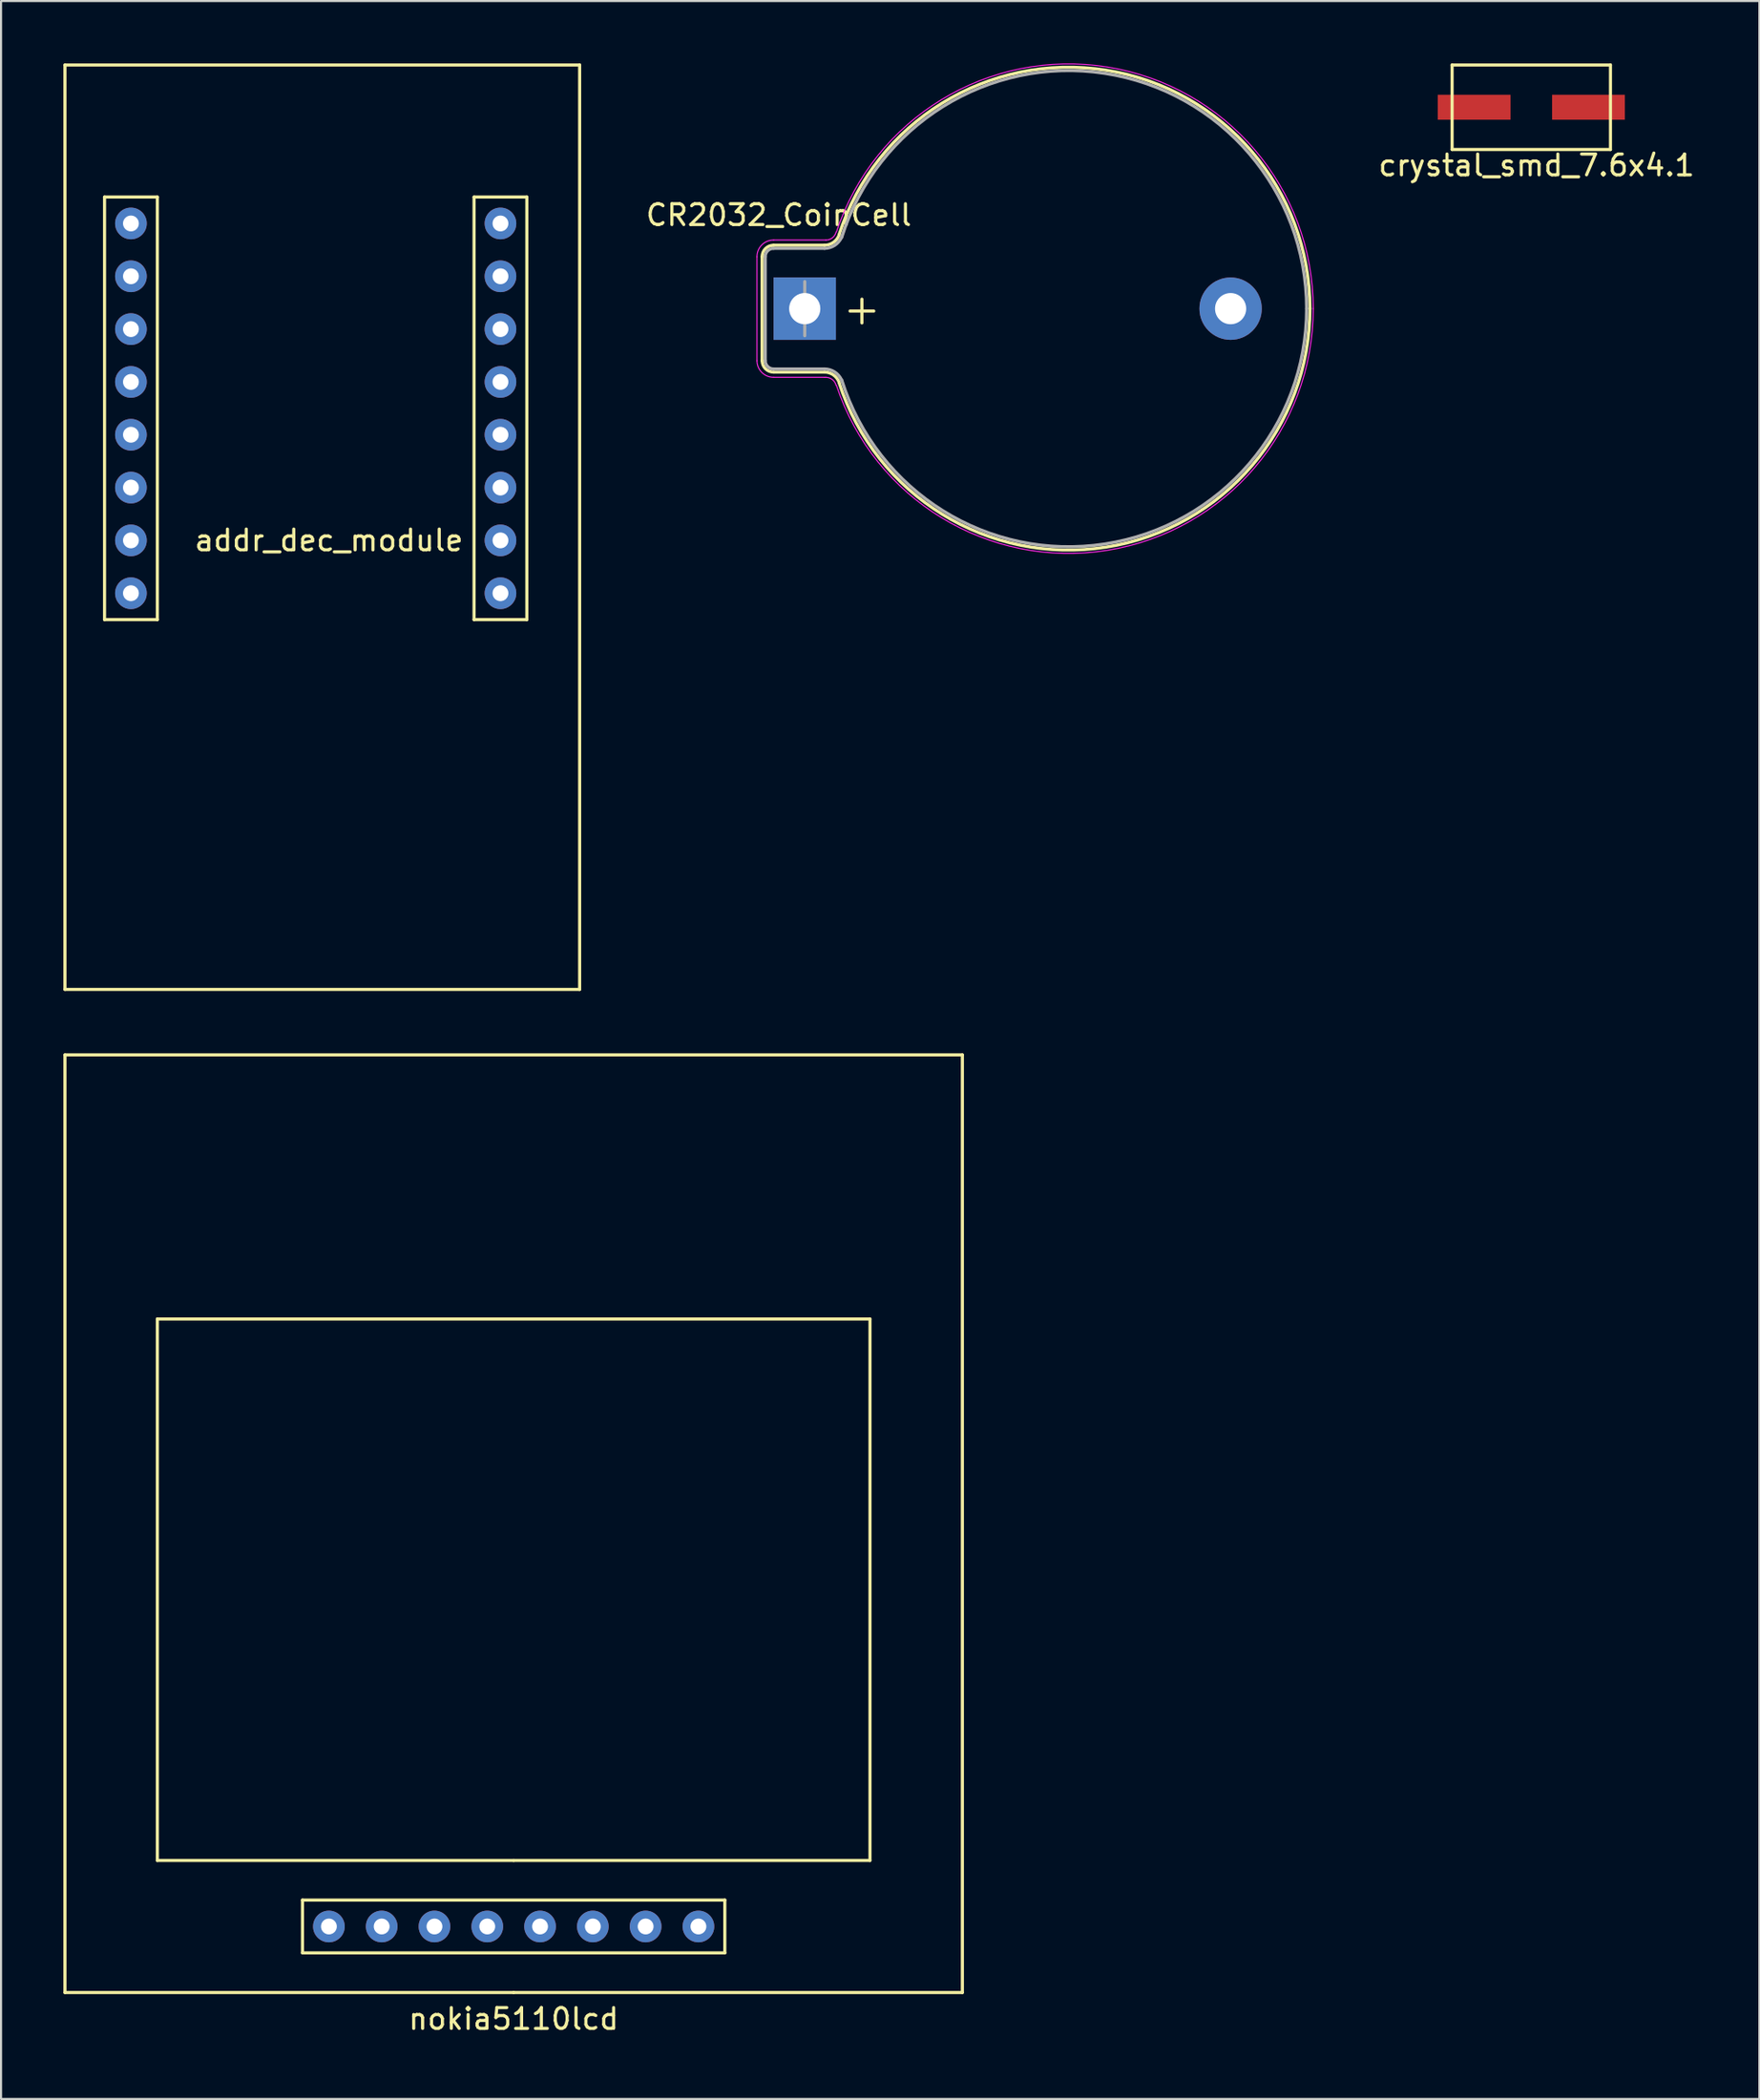
<source format=kicad_pcb>
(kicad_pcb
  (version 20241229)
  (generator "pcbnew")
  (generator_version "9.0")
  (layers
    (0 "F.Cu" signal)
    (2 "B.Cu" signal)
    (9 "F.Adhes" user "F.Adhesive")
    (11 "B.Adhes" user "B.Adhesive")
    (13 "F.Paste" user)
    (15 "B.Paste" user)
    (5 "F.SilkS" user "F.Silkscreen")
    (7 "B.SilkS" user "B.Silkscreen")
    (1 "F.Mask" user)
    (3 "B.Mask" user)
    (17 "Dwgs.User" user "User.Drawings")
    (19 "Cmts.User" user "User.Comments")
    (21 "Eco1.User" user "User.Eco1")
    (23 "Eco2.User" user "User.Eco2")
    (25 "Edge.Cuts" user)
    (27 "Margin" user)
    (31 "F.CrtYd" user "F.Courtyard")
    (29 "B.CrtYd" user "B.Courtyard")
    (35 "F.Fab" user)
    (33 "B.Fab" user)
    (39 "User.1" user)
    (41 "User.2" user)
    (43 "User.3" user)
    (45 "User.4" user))
  (footprint "CR2032_CoinCell"
    (layer "F.Cu")
    (at 35.671 11.792)
    (property "Reference" "CR2032_CoinCell" (at -1.25 -4.5 0) (layer "F.SilkS") (effects (font (size 1 1) (thickness 0.15))))
    (attr through_hole)
    (fp_line (start -2.05 -2.5) (end -2.05 2.5) (stroke (width 0.15) (type solid)) (layer "F.SilkS"))
    (fp_line (start -1.5 3.05) (end 0.95 3.05) (stroke (width 0.15) (type solid)) (layer "F.SilkS"))
    (fp_line (start 0.95 -3.05) (end -1.5 -3.05) (stroke (width 0.15) (type solid)) (layer "F.SilkS"))
    (fp_arc (start -2.05 -2.5) (mid -1.888909 -2.888909) (end -1.5 -3.05) (stroke (width 0.15) (type solid)) (layer "F.SilkS"))
    (fp_arc (start -1.5 3.05) (mid -1.888909 2.888909) (end -2.05 2.5) (stroke (width 0.15) (type solid)) (layer "F.SilkS"))
    (fp_arc (start 0.95 3.05) (mid 1.380182 3.185636) (end 1.654769 3.543485) (stroke (width 0.15) (type solid)) (layer "F.SilkS"))
    (fp_arc (start 1.651 -3.556) (mid 14.499767 -11.466751) (end 24.307133 0) (stroke (width 0.15) (type solid)) (layer "F.SilkS"))
    (fp_arc (start 1.654769 -3.543485) (mid 1.380182 -3.185636) (end 0.95 -3.05) (stroke (width 0.15) (type solid)) (layer "F.SilkS"))
    (fp_arc (start 24.307126 -0.012629) (mid 14.506005 11.46577) (end 1.651 3.556) (stroke (width 0.15) (type solid)) (layer "F.SilkS"))
    (fp_line (start -2.3 -2.5) (end -2.3 2.5) (stroke (width 0.05) (type solid)) (layer "F.CrtYd"))
    (fp_line (start -1.5 3.3) (end 1.016 3.302) (stroke (width 0.05) (type solid)) (layer "F.CrtYd"))
    (fp_line (start 1.016 -3.302) (end -1.5 -3.3) (stroke (width 0.05) (type solid)) (layer "F.CrtYd"))
    (fp_arc (start -2.3 -2.5) (mid -2.065685 -3.065685) (end -1.5 -3.3) (stroke (width 0.05) (type solid)) (layer "F.CrtYd"))
    (fp_arc (start -1.5 3.3) (mid -2.065685 3.065685) (end -2.3 2.5) (stroke (width 0.05) (type solid)) (layer "F.CrtYd"))
    (fp_arc (start 1.016 3.302) (mid 1.328629 3.409592) (end 1.508832 3.686792) (stroke (width 0.05) (type solid)) (layer "F.CrtYd"))
    (fp_arc (start 1.508832 -3.683) (mid 1.328629 -3.4058) (end 1.016 -3.298208) (stroke (width 0.05) (type solid)) (layer "F.CrtYd"))
    (fp_arc (start 1.524 -3.683) (mid 14.565076 -11.618475) (end 24.46722 0) (stroke (width 0.05) (type solid)) (layer "F.CrtYd"))
    (fp_arc (start 24.46722 0) (mid 14.565076 11.618475) (end 1.524 3.683) (stroke (width 0.05) (type solid)) (layer "F.CrtYd"))
    (fp_line (start -1.9 -2.5) (end -1.9 2.5) (stroke (width 0.15) (type solid)) (layer "F.Fab"))
    (fp_line (start -1.5 2.9) (end 0.95 2.9) (stroke (width 0.15) (type solid)) (layer "F.Fab"))
    (fp_line (start 0 -1.3) (end 0 1.3) (stroke (width 0.15) (type solid)) (layer "F.Fab"))
    (fp_line (start 0.95 -2.9) (end -1.5 -2.9) (stroke (width 0.15) (type solid)) (layer "F.Fab"))
    (fp_arc (start -1.9 -2.5) (mid -1.782843 -2.782843) (end -1.5 -2.9) (stroke (width 0.15) (type solid)) (layer "F.Fab"))
    (fp_arc (start -1.5 2.9) (mid -1.782843 2.782843) (end -1.9 2.5) (stroke (width 0.15) (type solid)) (layer "F.Fab"))
    (fp_arc (start 0.95 2.9) (mid 1.439282 3.044617) (end 1.771323 3.431993) (stroke (width 0.15) (type solid)) (layer "F.Fab"))
    (fp_arc (start 1.771323 -3.431993) (mid 1.439282 -3.044617) (end 0.95 -2.9) (stroke (width 0.15) (type solid)) (layer "F.Fab"))
    (fp_arc (start 1.778 -3.429) (mid 14.434526 -11.315456) (end 24.147625 0) (stroke (width 0.15) (type solid)) (layer "F.Fab"))
    (fp_arc (start 24.147625 0) (mid 14.434526 11.315456) (end 1.778 3.429) (stroke (width 0.15) (type solid)) (layer "F.Fab"))
    (fp_text user "+" (at 2.75 0 0) (layer "F.SilkS") (effects (font (size 1.5 1.5) (thickness 0.15))))
    (pad "1" thru_hole rect (at 0 0) (size 3 3) (drill 1.5) (layers "*.Cu" "*.Mask"))
    (pad "2" thru_hole circle (at 20.49 0) (size 3 3) (drill 1.5) (layers "*.Cu" "*.Mask")))
  (footprint "addr_dec_module"
    (layer "F.Cu")
    (at 12.775 22.935)
    (property "Reference" "addr_dec_module" (at 0 0 0) (layer "F.SilkS") (effects (font (size 1 1) (thickness 0.15))))
    (attr through_hole)
    (fp_line (start -12.7 -22.86) (end -12.7 21.59) (stroke (width 0.15) (type solid)) (layer "F.SilkS"))
    (fp_line (start -12.7 21.59) (end 12.065 21.59) (stroke (width 0.15) (type solid)) (layer "F.SilkS"))
    (fp_line (start -10.795 -16.51) (end -8.255 -16.51) (stroke (width 0.15) (type solid)) (layer "F.SilkS"))
    (fp_line (start -10.795 3.81) (end -10.795 -16.51) (stroke (width 0.15) (type solid)) (layer "F.SilkS"))
    (fp_line (start -8.255 -16.51) (end -8.255 3.81) (stroke (width 0.15) (type solid)) (layer "F.SilkS"))
    (fp_line (start -8.255 3.81) (end -10.795 3.81) (stroke (width 0.15) (type solid)) (layer "F.SilkS"))
    (fp_line (start 6.985 -16.51) (end 9.525 -16.51) (stroke (width 0.15) (type solid)) (layer "F.SilkS"))
    (fp_line (start 6.985 3.81) (end 6.985 -16.51) (stroke (width 0.15) (type solid)) (layer "F.SilkS"))
    (fp_line (start 9.525 -16.51) (end 9.525 3.81) (stroke (width 0.15) (type solid)) (layer "F.SilkS"))
    (fp_line (start 9.525 3.81) (end 6.985 3.81) (stroke (width 0.15) (type solid)) (layer "F.SilkS"))
    (fp_line (start 12.065 -22.86) (end -12.7 -22.86) (stroke (width 0.15) (type solid)) (layer "F.SilkS"))
    (fp_line (start 12.065 21.59) (end 12.065 -22.86) (stroke (width 0.15) (type solid)) (layer "F.SilkS"))
    (pad "1" thru_hole circle (at -9.525 -15.24) (size 1.524 1.524) (drill 0.762) (layers "*.Cu" "*.Mask"))
    (pad "2" thru_hole circle (at -9.525 -12.7) (size 1.524 1.524) (drill 0.762) (layers "*.Cu" "*.Mask"))
    (pad "3" thru_hole circle (at -9.525 -10.16) (size 1.524 1.524) (drill 0.762) (layers "*.Cu" "*.Mask"))
    (pad "4" thru_hole circle (at -9.525 -7.62) (size 1.524 1.524) (drill 0.762) (layers "*.Cu" "*.Mask"))
    (pad "5" thru_hole circle (at -9.525 -5.08) (size 1.524 1.524) (drill 0.762) (layers "*.Cu" "*.Mask"))
    (pad "6" thru_hole circle (at -9.525 -2.54) (size 1.524 1.524) (drill 0.762) (layers "*.Cu" "*.Mask"))
    (pad "7" thru_hole circle (at -9.525 0) (size 1.524 1.524) (drill 0.762) (layers "*.Cu" "*.Mask"))
    (pad "8" thru_hole circle (at -9.525 2.54) (size 1.524 1.524) (drill 0.762) (layers "*.Cu" "*.Mask"))
    (pad "9" thru_hole circle (at 8.255 2.54) (size 1.524 1.524) (drill 0.762) (layers "*.Cu" "*.Mask"))
    (pad "10" thru_hole circle (at 8.255 0) (size 1.524 1.524) (drill 0.762) (layers "*.Cu" "*.Mask"))
    (pad "11" thru_hole circle (at 8.255 -2.54) (size 1.524 1.524) (drill 0.762) (layers "*.Cu" "*.Mask"))
    (pad "12" thru_hole circle (at 8.255 -5.08) (size 1.524 1.524) (drill 0.762) (layers "*.Cu" "*.Mask"))
    (pad "13" thru_hole circle (at 8.255 -7.62) (size 1.524 1.524) (drill 0.762) (layers "*.Cu" "*.Mask"))
    (pad "14" thru_hole circle (at 8.255 -10.16) (size 1.524 1.524) (drill 0.762) (layers "*.Cu" "*.Mask"))
    (pad "15" thru_hole circle (at 8.255 -12.7) (size 1.524 1.524) (drill 0.762) (layers "*.Cu" "*.Mask"))
    (pad "16" thru_hole circle (at 8.255 -15.24) (size 1.524 1.524) (drill 0.762) (layers "*.Cu" "*.Mask")))
  (footprint "nokia5110lcd"
    (layer "F.Cu")
    (at 21.665 89.585)
    (property "Reference" "nokia5110lcd" (at 0 4.445 0) (layer "F.SilkS") (effects (font (size 1 1) (thickness 0.15))))
    (attr through_hole)
    (fp_line (start -21.59 -41.91) (end 21.59 -41.91) (stroke (width 0.15) (type solid)) (layer "F.SilkS"))
    (fp_line (start -21.59 3.175) (end -21.59 -41.91) (stroke (width 0.15) (type solid)) (layer "F.SilkS"))
    (fp_line (start -17.145 -29.21) (end 17.145 -29.21) (stroke (width 0.15) (type solid)) (layer "F.SilkS"))
    (fp_line (start -17.145 -3.175) (end -17.145 -29.21) (stroke (width 0.15) (type solid)) (layer "F.SilkS"))
    (fp_line (start -10.16 -1.27) (end 10.16 -1.27) (stroke (width 0.15) (type solid)) (layer "F.SilkS"))
    (fp_line (start -10.16 1.27) (end -10.16 -1.27) (stroke (width 0.15) (type solid)) (layer "F.SilkS"))
    (fp_line (start 0 -3.175) (end -17.145 -3.175) (stroke (width 0.15) (type solid)) (layer "F.SilkS"))
    (fp_line (start 0 3.175) (end -21.59 3.175) (stroke (width 0.15) (type solid)) (layer "F.SilkS"))
    (fp_line (start 10.16 -1.27) (end 10.16 1.27) (stroke (width 0.15) (type solid)) (layer "F.SilkS"))
    (fp_line (start 10.16 1.27) (end -10.16 1.27) (stroke (width 0.15) (type solid)) (layer "F.SilkS"))
    (fp_line (start 17.145 -29.21) (end 17.145 -3.175) (stroke (width 0.15) (type solid)) (layer "F.SilkS"))
    (fp_line (start 17.145 -3.175) (end 0 -3.175) (stroke (width 0.15) (type solid)) (layer "F.SilkS"))
    (fp_line (start 21.59 -41.91) (end 21.59 3.175) (stroke (width 0.15) (type solid)) (layer "F.SilkS"))
    (fp_line (start 21.59 3.175) (end 0 3.175) (stroke (width 0.15) (type solid)) (layer "F.SilkS"))
    (pad "1" thru_hole circle (at -8.89 0) (size 1.524 1.524) (drill 0.762) (layers "*.Cu" "*.Mask"))
    (pad "2" thru_hole circle (at -6.35 0) (size 1.524 1.524) (drill 0.762) (layers "*.Cu" "*.Mask"))
    (pad "3" thru_hole circle (at -3.81 0) (size 1.524 1.524) (drill 0.762) (layers "*.Cu" "*.Mask"))
    (pad "4" thru_hole circle (at -1.27 0) (size 1.524 1.524) (drill 0.762) (layers "*.Cu" "*.Mask"))
    (pad "5" thru_hole circle (at 1.27 0) (size 1.524 1.524) (drill 0.762) (layers "*.Cu" "*.Mask"))
    (pad "6" thru_hole circle (at 3.81 0) (size 1.524 1.524) (drill 0.762) (layers "*.Cu" "*.Mask"))
    (pad "7" thru_hole circle (at 6.35 0) (size 1.524 1.524) (drill 0.762) (layers "*.Cu" "*.Mask"))
    (pad "8" thru_hole circle (at 8.89 0) (size 1.524 1.524) (drill 0.762) (layers "*.Cu" "*.Mask")))
  (footprint "crystal_smd_7.6x4.1"
    (layer "F.Cu")
    (at 70.629 2.107)
    (property "Reference" "crystal_smd_7.6x4.1" (at 0.254 2.794 0) (layer "F.SilkS") (effects (font (size 1 1) (thickness 0.15))))
    (attr through_hole)
    (fp_line (start -3.81 -2.032) (end 3.81 -2.032) (stroke (width 0.15) (type solid)) (layer "F.SilkS"))
    (fp_line (start -3.81 2.032) (end -3.81 -2.032) (stroke (width 0.15) (type solid)) (layer "F.SilkS"))
    (fp_line (start 3.81 -2.032) (end 3.81 2.032) (stroke (width 0.15) (type solid)) (layer "F.SilkS"))
    (fp_line (start 3.81 2.032) (end -3.81 2.032) (stroke (width 0.15) (type solid)) (layer "F.SilkS"))
    (pad "1" smd rect (at -2.75 0) (size 3.5 1.2) (layers "F.Cu" "F.Mask" "F.Paste"))
    (pad "2" smd rect (at 2.75 0) (size 3.5 1.2) (layers "F.Cu" "F.Mask" "F.Paste")))
  (gr_rect
    (start -3 -3)
    (end 81.604 97.878)
    (stroke (width 0.1) (type default))
    (fill no)
    (layer "Edge.Cuts")))
</source>
